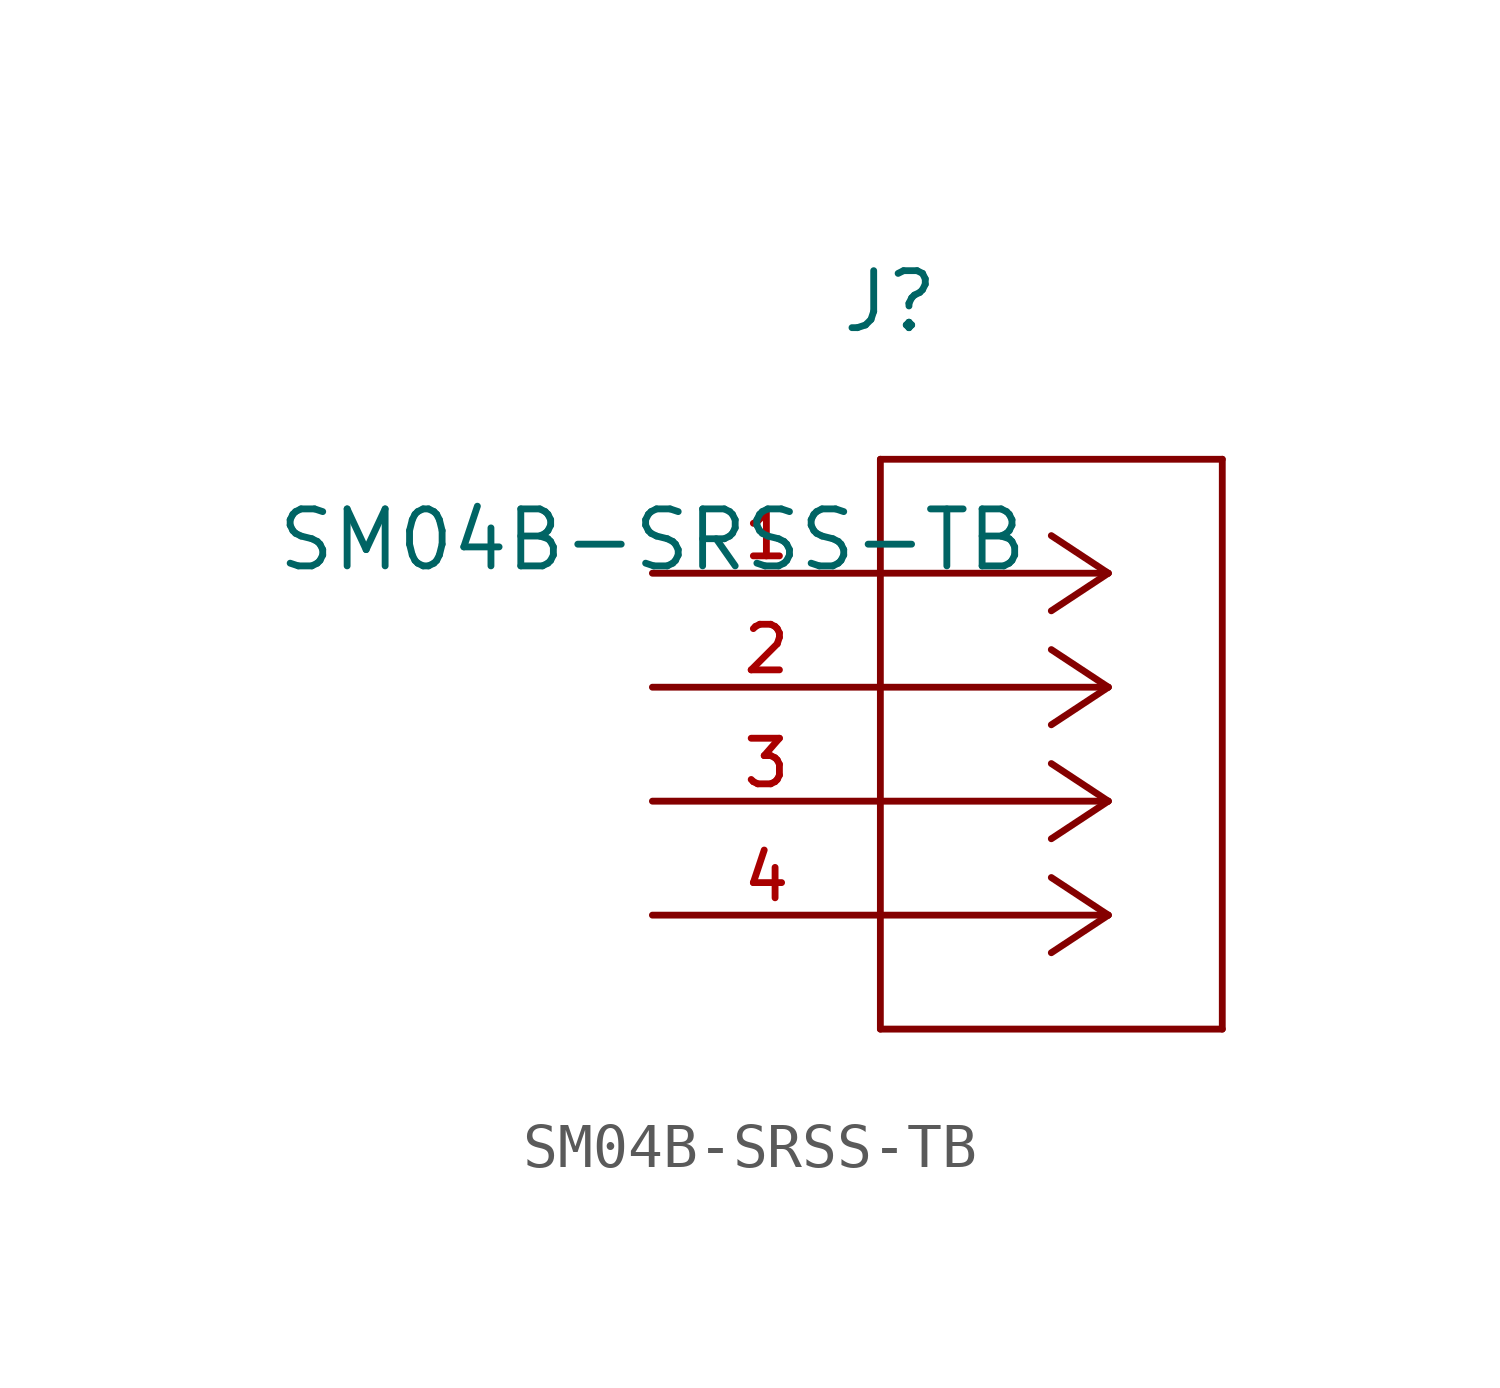
<source format=kicad_sym>
(kicad_symbol_lib
  (version 20211014)
  (generator kicad_symbol_editor)
  (symbol "SM04B-SRSS-TB"
    (pin_names
      (offset 1.016))
    (property "Reference" "J"
      (at 4.166 5.309 0.0)
      (effects (font (size 1.27 1.27)) (justify bottom left)))
    (property "Value" "SM04B-SRSS-TB"
      (at 0 0.0 0)
      (effects (font (size 1.27 1.27)) (justify bottom)))
    (symbol "SM04B-SRSS-TB_0_0"
      (polyline (pts (xy 10.16 0.0) (xy 5.08 0.0)) (stroke (width 0.152)))
      (polyline (pts (xy 10.16 -2.54) (xy 5.08 -2.54)) (stroke (width 0.152)))
      (polyline (pts (xy 10.16 -5.08) (xy 5.08 -5.08)) (stroke (width 0.152)))
      (polyline (pts (xy 10.16 -7.62) (xy 5.08 -7.62)) (stroke (width 0.152)))
      (polyline (pts (xy 10.16 0.0) (xy 8.89 0.838)) (stroke (width 0.152)))
      (polyline (pts (xy 10.16 -2.54) (xy 8.89 -1.702)) (stroke (width 0.152)))
      (polyline (pts (xy 10.16 -5.08) (xy 8.89 -4.242)) (stroke (width 0.152)))
      (polyline (pts (xy 10.16 -7.62) (xy 8.89 -6.782)) (stroke (width 0.152)))
      (polyline (pts (xy 10.16 0.0) (xy 8.89 -0.838)) (stroke (width 0.152)))
      (polyline (pts (xy 10.16 -2.54) (xy 8.89 -3.378)) (stroke (width 0.152)))
      (polyline (pts (xy 10.16 -5.08) (xy 8.89 -5.918)) (stroke (width 0.152)))
      (polyline (pts (xy 10.16 -7.62) (xy 8.89 -8.458)) (stroke (width 0.152)))
      (polyline (pts (xy 5.08 2.54) (xy 5.08 -10.16)) (stroke (width 0.152)))
      (polyline (pts (xy 5.08 -10.16) (xy 12.7 -10.16)) (stroke (width 0.152)))
      (polyline (pts (xy 12.7 -10.16) (xy 12.7 2.54)) (stroke (width 0.152)))
      (polyline (pts (xy 12.7 2.54) (xy 5.08 2.54)) (stroke (width 0.152)))
      (pin passive line (at 0.0 0.0 0) (length 5.08) (name "~" (effects (font (size 1.016 1.016)))) (number "1" (effects (font (size 1.016 1.016)))))
      (pin passive line (at 0.0 -2.54 0) (length 5.08) (name "~" (effects (font (size 1.016 1.016)))) (number "2" (effects (font (size 1.016 1.016)))))
      (pin passive line (at 0.0 -5.08 0) (length 5.08) (name "~" (effects (font (size 1.016 1.016)))) (number "3" (effects (font (size 1.016 1.016)))))
      (pin passive line (at 0.0 -7.62 0) (length 5.08) (name "~" (effects (font (size 1.016 1.016)))) (number "4" (effects (font (size 1.016 1.016))))))))
</source>
